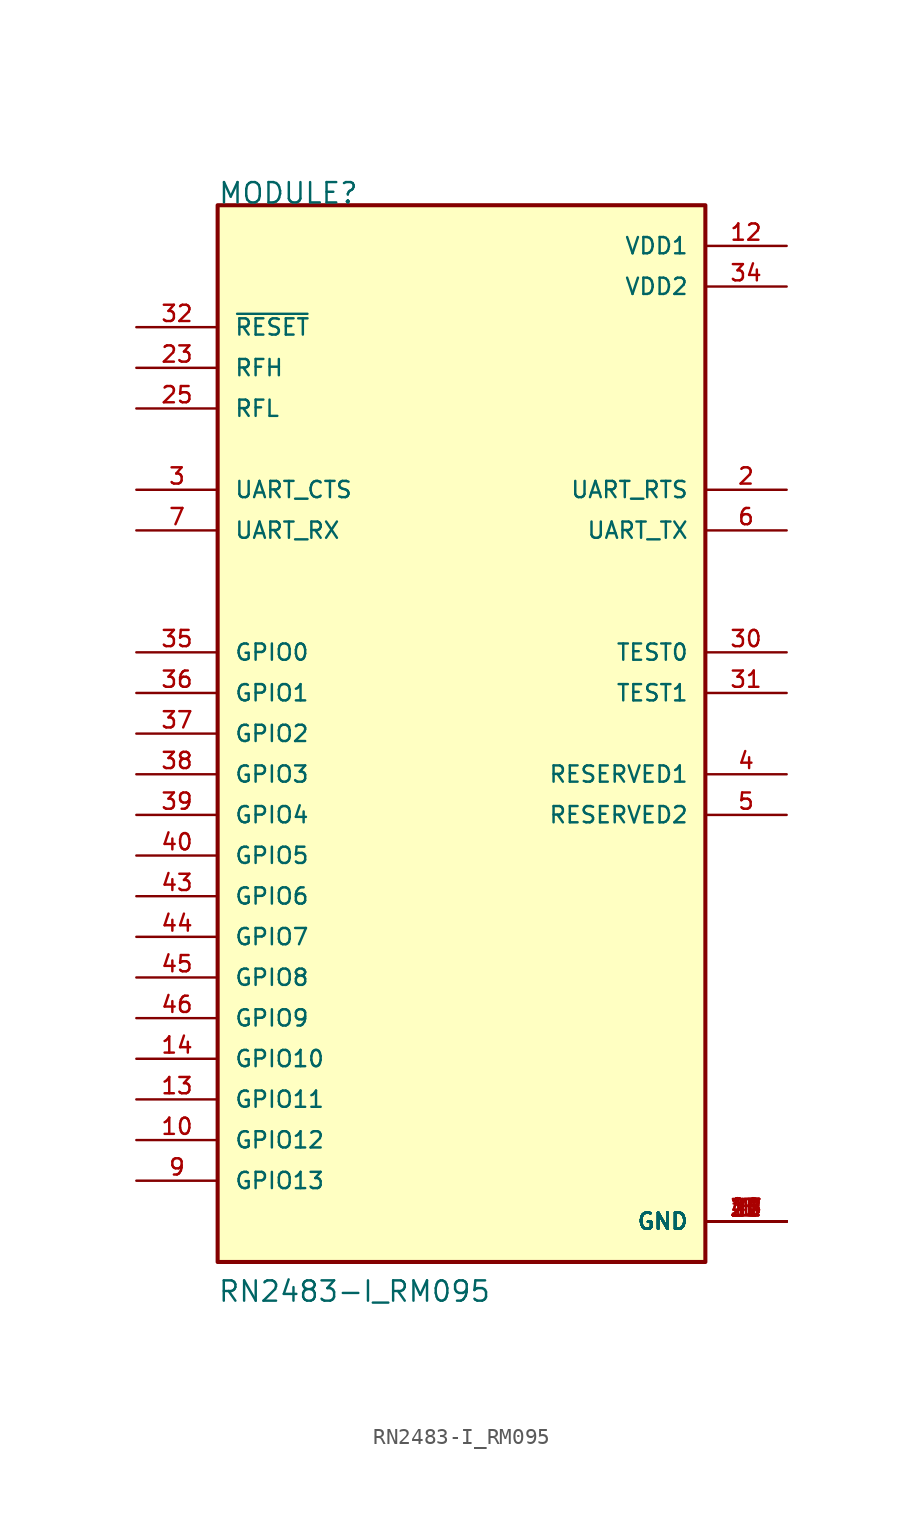
<source format=kicad_sym>
(kicad_symbol_lib
  (version 20211014)
  (generator kicad_symbol_editor)
  (symbol "RN2483-I_RM095"
    (pin_names
      (offset 1.016))
    (property "Reference" "MODULE"
      (at -15.246 33.034 0)
      (effects (font (size 1.27 1.27)) (justify bottom left)))
    (property "Value" "RN2483-I_RM095"
      (at -15.258 -35.601 0)
      (effects (font (size 1.27 1.27)) (justify bottom left)))
    (symbol "RN2483-I_RM095_0_0"
      (rectangle (start -15.24 -33.02) (end 15.24 33.02) (stroke (width 0.254)) (fill (type background)))
      (pin passive line (at 20.32 -30.48 180.0) (length 5.08) (name "GND" (effects (font (size 1.016 1.016)))) (number "1" (effects (font (size 1.016 1.016)))))
      (pin passive line (at 20.32 -30.48 180.0) (length 5.08) (name "GND" (effects (font (size 1.016 1.016)))) (number "8" (effects (font (size 1.016 1.016)))))
      (pin passive line (at 20.32 -30.48 180.0) (length 5.08) (name "GND" (effects (font (size 1.016 1.016)))) (number "11" (effects (font (size 1.016 1.016)))))
      (pin passive line (at 20.32 -30.48 180.0) (length 5.08) (name "GND" (effects (font (size 1.016 1.016)))) (number "20" (effects (font (size 1.016 1.016)))))
      (pin passive line (at 20.32 -30.48 180.0) (length 5.08) (name "GND" (effects (font (size 1.016 1.016)))) (number "21" (effects (font (size 1.016 1.016)))))
      (pin passive line (at 20.32 -30.48 180.0) (length 5.08) (name "GND" (effects (font (size 1.016 1.016)))) (number "22" (effects (font (size 1.016 1.016)))))
      (pin passive line (at 20.32 -30.48 180.0) (length 5.08) (name "GND" (effects (font (size 1.016 1.016)))) (number "24" (effects (font (size 1.016 1.016)))))
      (pin passive line (at 20.32 -30.48 180.0) (length 5.08) (name "GND" (effects (font (size 1.016 1.016)))) (number "26" (effects (font (size 1.016 1.016)))))
      (pin passive line (at 20.32 -30.48 180.0) (length 5.08) (name "GND" (effects (font (size 1.016 1.016)))) (number "27" (effects (font (size 1.016 1.016)))))
      (pin passive line (at 20.32 -30.48 180.0) (length 5.08) (name "GND" (effects (font (size 1.016 1.016)))) (number "28" (effects (font (size 1.016 1.016)))))
      (pin passive line (at 20.32 -30.48 180.0) (length 5.08) (name "GND" (effects (font (size 1.016 1.016)))) (number "33" (effects (font (size 1.016 1.016)))))
      (pin passive line (at 20.32 -30.48 180.0) (length 5.08) (name "GND" (effects (font (size 1.016 1.016)))) (number "41" (effects (font (size 1.016 1.016)))))
      (pin passive line (at 20.32 -30.48 180.0) (length 5.08) (name "GND" (effects (font (size 1.016 1.016)))) (number "47" (effects (font (size 1.016 1.016)))))
      (pin output line (at 20.32 15.24 180.0) (length 5.08) (name "UART_RTS" (effects (font (size 1.016 1.016)))) (number "2" (effects (font (size 1.016 1.016)))))
      (pin input line (at -20.32 15.24 0) (length 5.08) (name "UART_CTS" (effects (font (size 1.016 1.016)))) (number "3" (effects (font (size 1.016 1.016)))))
      (pin input line (at -20.32 12.7 0) (length 5.08) (name "UART_RX" (effects (font (size 1.016 1.016)))) (number "7" (effects (font (size 1.016 1.016)))))
      (pin output line (at 20.32 12.7 180.0) (length 5.08) (name "UART_TX" (effects (font (size 1.016 1.016)))) (number "6" (effects (font (size 1.016 1.016)))))
      (pin bidirectional line (at -20.32 -27.94 0) (length 5.08) (name "GPIO13" (effects (font (size 1.016 1.016)))) (number "9" (effects (font (size 1.016 1.016)))))
      (pin bidirectional line (at -20.32 -25.4 0) (length 5.08) (name "GPIO12" (effects (font (size 1.016 1.016)))) (number "10" (effects (font (size 1.016 1.016)))))
      (pin bidirectional line (at -20.32 -20.32 0) (length 5.08) (name "GPIO10" (effects (font (size 1.016 1.016)))) (number "14" (effects (font (size 1.016 1.016)))))
      (pin bidirectional line (at -20.32 -22.86 0) (length 5.08) (name "GPIO11" (effects (font (size 1.016 1.016)))) (number "13" (effects (font (size 1.016 1.016)))))
      (pin input line (at -20.32 20.32 0) (length 5.08) (name "RFL" (effects (font (size 1.016 1.016)))) (number "25" (effects (font (size 1.016 1.016)))))
      (pin input line (at -20.32 22.86 0) (length 5.08) (name "RFH" (effects (font (size 1.016 1.016)))) (number "23" (effects (font (size 1.016 1.016)))))
      (pin passive line (at 20.32 5.08 180.0) (length 5.08) (name "TEST0" (effects (font (size 1.016 1.016)))) (number "30" (effects (font (size 1.016 1.016)))))
      (pin passive line (at 20.32 2.54 180.0) (length 5.08) (name "TEST1" (effects (font (size 1.016 1.016)))) (number "31" (effects (font (size 1.016 1.016)))))
      (pin input line (at -20.32 25.4 0) (length 5.08) (name "~{RESET}" (effects (font (size 1.016 1.016)))) (number "32" (effects (font (size 1.016 1.016)))))
      (pin power_in line (at 20.32 30.48 180.0) (length 5.08) (name "VDD1" (effects (font (size 1.016 1.016)))) (number "12" (effects (font (size 1.016 1.016)))))
      (pin power_in line (at 20.32 27.94 180.0) (length 5.08) (name "VDD2" (effects (font (size 1.016 1.016)))) (number "34" (effects (font (size 1.016 1.016)))))
      (pin bidirectional line (at -20.32 5.08 0) (length 5.08) (name "GPIO0" (effects (font (size 1.016 1.016)))) (number "35" (effects (font (size 1.016 1.016)))))
      (pin bidirectional line (at -20.32 2.54 0) (length 5.08) (name "GPIO1" (effects (font (size 1.016 1.016)))) (number "36" (effects (font (size 1.016 1.016)))))
      (pin bidirectional line (at -20.32 0.0 0) (length 5.08) (name "GPIO2" (effects (font (size 1.016 1.016)))) (number "37" (effects (font (size 1.016 1.016)))))
      (pin bidirectional line (at -20.32 -2.54 0) (length 5.08) (name "GPIO3" (effects (font (size 1.016 1.016)))) (number "38" (effects (font (size 1.016 1.016)))))
      (pin bidirectional line (at -20.32 -5.08 0) (length 5.08) (name "GPIO4" (effects (font (size 1.016 1.016)))) (number "39" (effects (font (size 1.016 1.016)))))
      (pin bidirectional line (at -20.32 -7.62 0) (length 5.08) (name "GPIO5" (effects (font (size 1.016 1.016)))) (number "40" (effects (font (size 1.016 1.016)))))
      (pin bidirectional line (at -20.32 -10.16 0) (length 5.08) (name "GPIO6" (effects (font (size 1.016 1.016)))) (number "43" (effects (font (size 1.016 1.016)))))
      (pin bidirectional line (at -20.32 -12.7 0) (length 5.08) (name "GPIO7" (effects (font (size 1.016 1.016)))) (number "44" (effects (font (size 1.016 1.016)))))
      (pin bidirectional line (at -20.32 -15.24 0) (length 5.08) (name "GPIO8" (effects (font (size 1.016 1.016)))) (number "45" (effects (font (size 1.016 1.016)))))
      (pin bidirectional line (at -20.32 -17.78 0) (length 5.08) (name "GPIO9" (effects (font (size 1.016 1.016)))) (number "46" (effects (font (size 1.016 1.016)))))
      (pin passive line (at 20.32 -2.54 180.0) (length 5.08) (name "RESERVED1" (effects (font (size 1.016 1.016)))) (number "4" (effects (font (size 1.016 1.016)))))
      (pin passive line (at 20.32 -5.08 180.0) (length 5.08) (name "RESERVED2" (effects (font (size 1.016 1.016)))) (number "5" (effects (font (size 1.016 1.016))))))))
</source>
